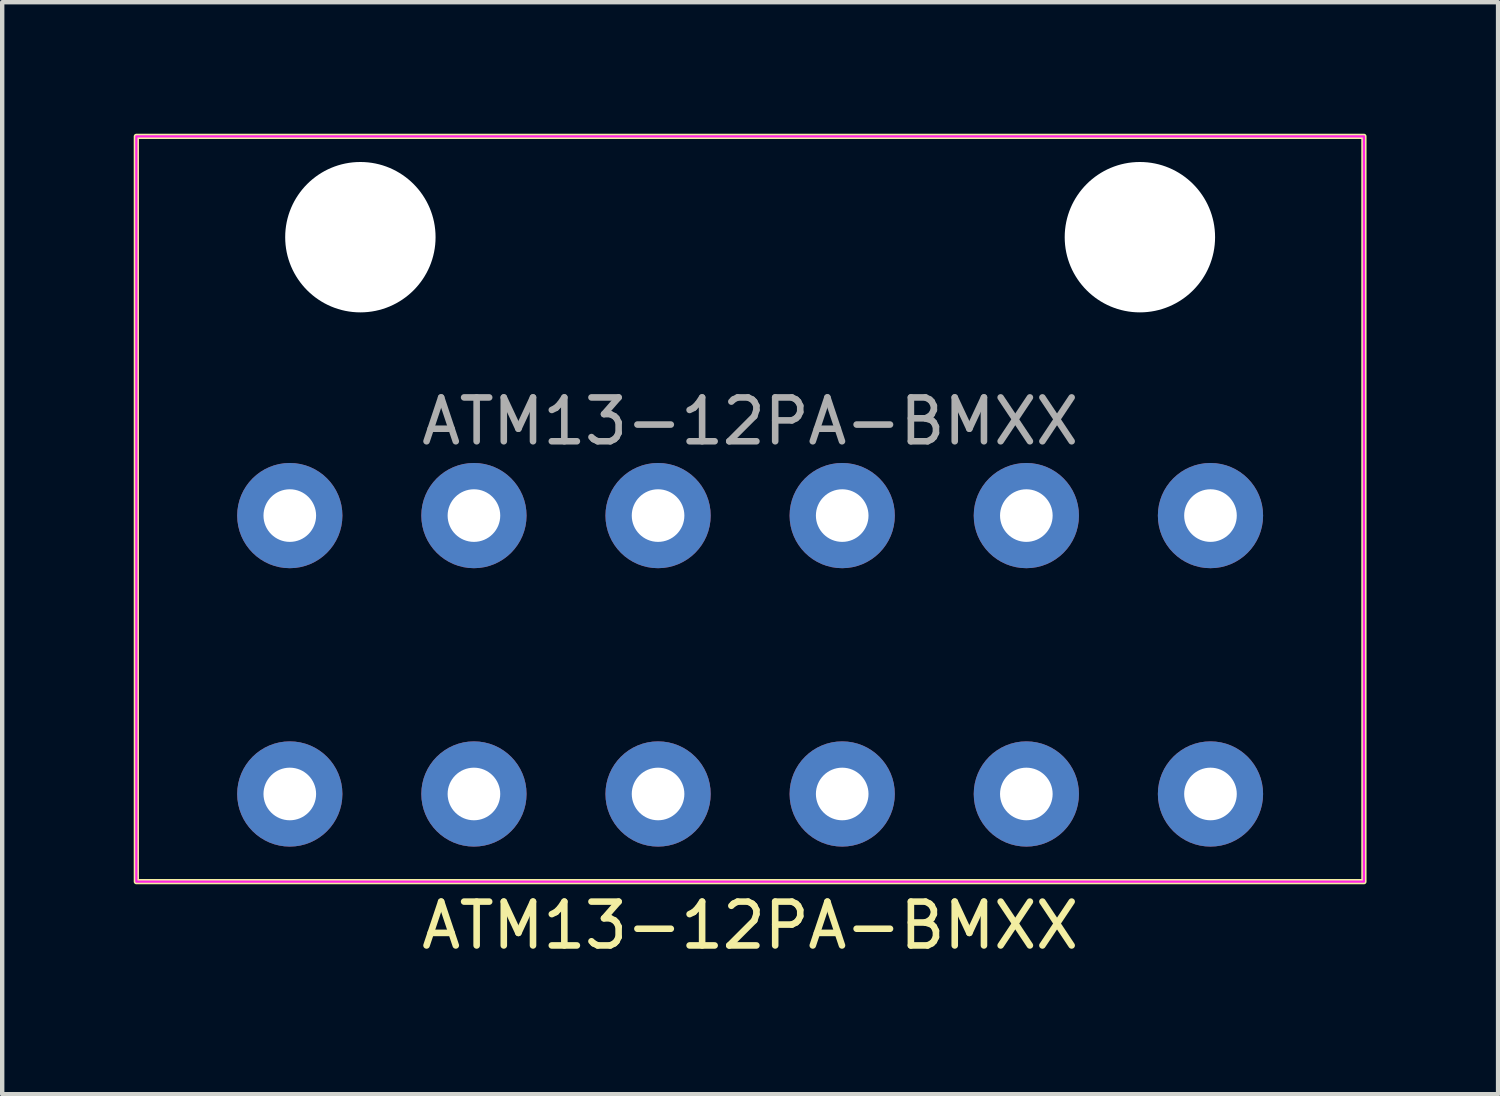
<source format=kicad_pcb>
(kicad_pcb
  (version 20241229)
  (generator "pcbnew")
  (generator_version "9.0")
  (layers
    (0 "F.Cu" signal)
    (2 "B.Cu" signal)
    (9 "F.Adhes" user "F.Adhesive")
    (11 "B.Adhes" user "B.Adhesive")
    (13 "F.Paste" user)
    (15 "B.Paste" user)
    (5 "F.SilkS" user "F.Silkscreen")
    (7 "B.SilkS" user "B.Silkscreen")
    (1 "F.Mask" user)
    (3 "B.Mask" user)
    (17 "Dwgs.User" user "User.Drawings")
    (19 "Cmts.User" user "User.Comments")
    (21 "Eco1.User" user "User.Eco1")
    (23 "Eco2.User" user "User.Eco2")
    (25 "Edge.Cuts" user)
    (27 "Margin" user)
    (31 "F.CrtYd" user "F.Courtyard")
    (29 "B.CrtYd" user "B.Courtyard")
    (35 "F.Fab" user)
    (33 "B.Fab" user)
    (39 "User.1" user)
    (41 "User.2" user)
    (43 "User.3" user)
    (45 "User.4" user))
  (footprint "ATM13-12PA-BMXX"
    (layer "F.Cu")
    (at 14.06 15.06)
    (property "Reference" "ATM13-12PA-BMXX" (at 0 3 0) (unlocked yes) (layer "F.SilkS") (effects (font (size 1 1) (thickness 0.15))))
    (attr through_hole)
    (fp_rect (start -14 -15) (end 14 2) (stroke (width 0.12) (type default)) (fill no) (layer "F.SilkS"))
    (fp_rect (start -14 -15) (end 14 2) (stroke (width 0.05) (type default)) (fill no) (layer "F.CrtYd"))
    (fp_text user "${REFERENCE}" (at 0 -8.5 0) (unlocked yes) (layer "F.Fab") (effects (font (size 1 1) (thickness 0.15))))
    (pad "" np_thru_hole circle (at -8.89 -12.7) (size 3.43 3.43) (drill 3.43) (layers "*.Cu" "*.Mask"))
    (pad "" np_thru_hole circle (at 8.89 -12.7) (size 3.43 3.43) (drill 3.43) (layers "*.Cu" "*.Mask"))
    (pad "1" thru_hole circle (at -10.5 0) (size 2.4 2.4) (drill 1.2) (layers "*.Cu" "*.Mask"))
    (pad "2" thru_hole circle (at -6.3 0) (size 2.4 2.4) (drill 1.2) (layers "*.Cu" "*.Mask"))
    (pad "3" thru_hole circle (at -2.1 0) (size 2.4 2.4) (drill 1.2) (layers "*.Cu" "*.Mask"))
    (pad "4" thru_hole circle (at 2.1 0) (size 2.4 2.4) (drill 1.2) (layers "*.Cu" "*.Mask"))
    (pad "5" thru_hole circle (at 6.3 0) (size 2.4 2.4) (drill 1.2) (layers "*.Cu" "*.Mask"))
    (pad "6" thru_hole circle (at 10.5 0) (size 2.4 2.4) (drill 1.2) (layers "*.Cu" "*.Mask"))
    (pad "7" thru_hole circle (at 10.5 -6.35) (size 2.4 2.4) (drill 1.2) (layers "*.Cu" "*.Mask"))
    (pad "8" thru_hole circle (at 6.3 -6.35) (size 2.4 2.4) (drill 1.2) (layers "*.Cu" "*.Mask"))
    (pad "9" thru_hole circle (at 2.1 -6.35) (size 2.4 2.4) (drill 1.2) (layers "*.Cu" "*.Mask"))
    (pad "10" thru_hole circle (at -2.1 -6.35) (size 2.4 2.4) (drill 1.2) (layers "*.Cu" "*.Mask"))
    (pad "11" thru_hole circle (at -6.3 -6.35) (size 2.4 2.4) (drill 1.2) (layers "*.Cu" "*.Mask"))
    (pad "12" thru_hole circle (at -10.5 -6.35) (size 2.4 2.4) (drill 1.2) (layers "*.Cu" "*.Mask")))
  (gr_rect
    (start -3 -3)
    (end 31.12 21.908)
    (stroke (width 0.1) (type default))
    (fill no)
    (layer "Edge.Cuts")))
</source>
